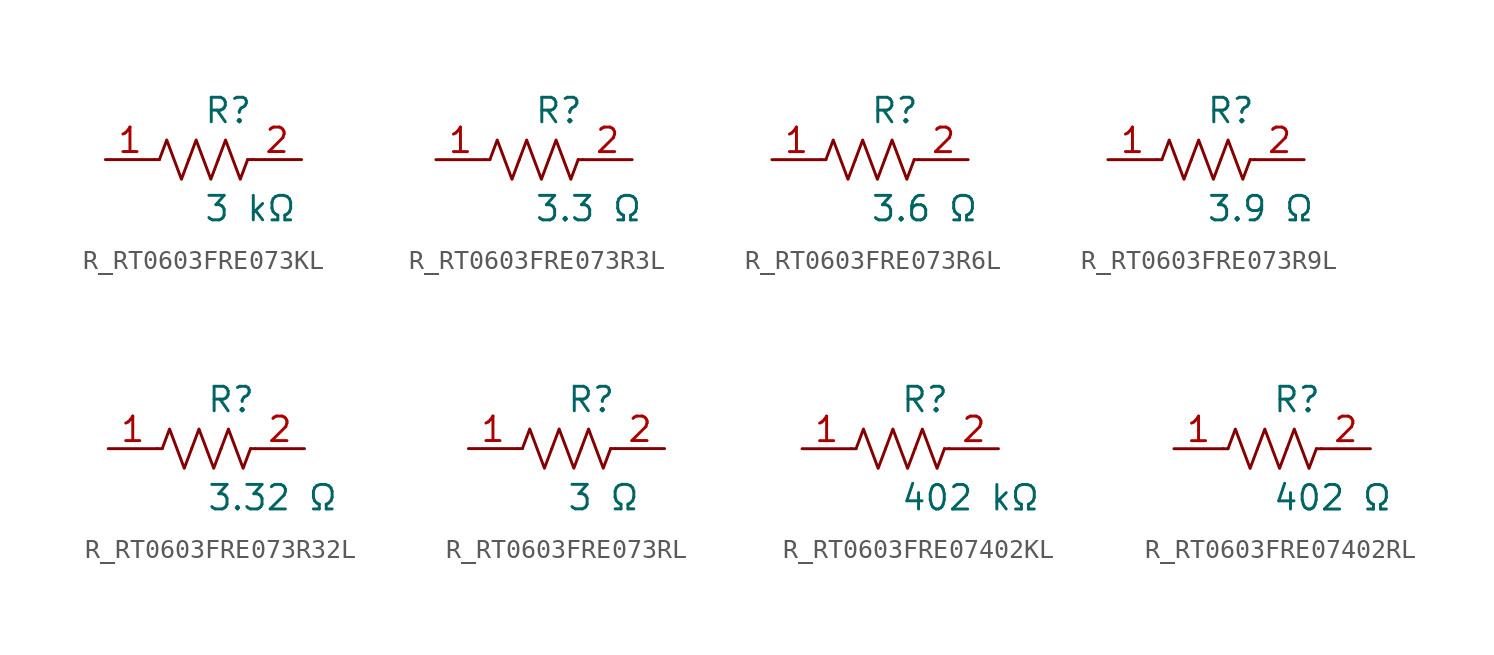
<source format=kicad_sym>
(kicad_symbol_lib
  (version 20231120)
  (generator kicad_symbol_editor)
  (generator_version 8.0)
  (symbol "R_RT0603FRE073KL"
    (pin_names
      (offset 0.254))
    (property "Reference" "R"
      (at 0.0 2.54 0)
      (effects (font (size 1.27 1.27)) (justify left)))
    (property "Value" "3 kΩ"
      (at 0.0 -2.54 0)
      (effects (font (size 1.27 1.27)) (justify left)))
    (symbol "R_RT0603FRE073KL_0_1"
      (polyline (pts (xy 2.286 0) (xy 2.54 0)) (stroke (width 0) (type default)) (fill (type none)))
      (polyline (pts (xy -2.286 0) (xy -2.54 0)) (stroke (width 0) (type default)) (fill (type none)))
      (polyline (pts (xy 0.762 0) (xy 1.143 1.016) (xy 1.524 0) (xy 1.905 -1.016) (xy 2.286 0)) (stroke (width 0) (type default)) (fill (type none)))
      (polyline (pts (xy -0.762 0) (xy -0.381 1.016) (xy 0 0) (xy 0.381 -1.016) (xy 0.762 0)) (stroke (width 0) (type default)) (fill (type none)))
      (polyline (pts (xy -2.286 0) (xy -1.905 1.016) (xy -1.524 0) (xy -1.143 -1.016) (xy -0.762 0)) (stroke (width 0) (type default)) (fill (type none))))
    (pin unspecified line
      (at -5.08 0 0)
      (length 2.54)
      (name "" (effects (font (size 1.27 1.27))))
      (number "1" (effects (font (size 1.27 1.27)))))
    (pin unspecified line
      (at 5.08 0 180)
      (length 2.54)
      (name "" (effects (font (size 1.27 1.27))))
      (number "2" (effects (font (size 1.27 1.27))))))
  (symbol "R_RT0603FRE073R3L"
    (pin_names
      (offset 0.254))
    (property "Reference" "R"
      (at 0.0 2.54 0)
      (effects (font (size 1.27 1.27)) (justify left)))
    (property "Value" "3.3 Ω"
      (at 0.0 -2.54 0)
      (effects (font (size 1.27 1.27)) (justify left)))
    (symbol "R_RT0603FRE073R3L_0_1"
      (polyline (pts (xy 2.286 0) (xy 2.54 0)) (stroke (width 0) (type default)) (fill (type none)))
      (polyline (pts (xy -2.286 0) (xy -2.54 0)) (stroke (width 0) (type default)) (fill (type none)))
      (polyline (pts (xy 0.762 0) (xy 1.143 1.016) (xy 1.524 0) (xy 1.905 -1.016) (xy 2.286 0)) (stroke (width 0) (type default)) (fill (type none)))
      (polyline (pts (xy -0.762 0) (xy -0.381 1.016) (xy 0 0) (xy 0.381 -1.016) (xy 0.762 0)) (stroke (width 0) (type default)) (fill (type none)))
      (polyline (pts (xy -2.286 0) (xy -1.905 1.016) (xy -1.524 0) (xy -1.143 -1.016) (xy -0.762 0)) (stroke (width 0) (type default)) (fill (type none))))
    (pin unspecified line
      (at -5.08 0 0)
      (length 2.54)
      (name "" (effects (font (size 1.27 1.27))))
      (number "1" (effects (font (size 1.27 1.27)))))
    (pin unspecified line
      (at 5.08 0 180)
      (length 2.54)
      (name "" (effects (font (size 1.27 1.27))))
      (number "2" (effects (font (size 1.27 1.27))))))
  (symbol "R_RT0603FRE073R6L"
    (pin_names
      (offset 0.254))
    (property "Reference" "R"
      (at 0.0 2.54 0)
      (effects (font (size 1.27 1.27)) (justify left)))
    (property "Value" "3.6 Ω"
      (at 0.0 -2.54 0)
      (effects (font (size 1.27 1.27)) (justify left)))
    (symbol "R_RT0603FRE073R6L_0_1"
      (polyline (pts (xy 2.286 0) (xy 2.54 0)) (stroke (width 0) (type default)) (fill (type none)))
      (polyline (pts (xy -2.286 0) (xy -2.54 0)) (stroke (width 0) (type default)) (fill (type none)))
      (polyline (pts (xy 0.762 0) (xy 1.143 1.016) (xy 1.524 0) (xy 1.905 -1.016) (xy 2.286 0)) (stroke (width 0) (type default)) (fill (type none)))
      (polyline (pts (xy -0.762 0) (xy -0.381 1.016) (xy 0 0) (xy 0.381 -1.016) (xy 0.762 0)) (stroke (width 0) (type default)) (fill (type none)))
      (polyline (pts (xy -2.286 0) (xy -1.905 1.016) (xy -1.524 0) (xy -1.143 -1.016) (xy -0.762 0)) (stroke (width 0) (type default)) (fill (type none))))
    (pin unspecified line
      (at -5.08 0 0)
      (length 2.54)
      (name "" (effects (font (size 1.27 1.27))))
      (number "1" (effects (font (size 1.27 1.27)))))
    (pin unspecified line
      (at 5.08 0 180)
      (length 2.54)
      (name "" (effects (font (size 1.27 1.27))))
      (number "2" (effects (font (size 1.27 1.27))))))
  (symbol "R_RT0603FRE073R9L"
    (pin_names
      (offset 0.254))
    (property "Reference" "R"
      (at 0.0 2.54 0)
      (effects (font (size 1.27 1.27)) (justify left)))
    (property "Value" "3.9 Ω"
      (at 0.0 -2.54 0)
      (effects (font (size 1.27 1.27)) (justify left)))
    (symbol "R_RT0603FRE073R9L_0_1"
      (polyline (pts (xy 2.286 0) (xy 2.54 0)) (stroke (width 0) (type default)) (fill (type none)))
      (polyline (pts (xy -2.286 0) (xy -2.54 0)) (stroke (width 0) (type default)) (fill (type none)))
      (polyline (pts (xy 0.762 0) (xy 1.143 1.016) (xy 1.524 0) (xy 1.905 -1.016) (xy 2.286 0)) (stroke (width 0) (type default)) (fill (type none)))
      (polyline (pts (xy -0.762 0) (xy -0.381 1.016) (xy 0 0) (xy 0.381 -1.016) (xy 0.762 0)) (stroke (width 0) (type default)) (fill (type none)))
      (polyline (pts (xy -2.286 0) (xy -1.905 1.016) (xy -1.524 0) (xy -1.143 -1.016) (xy -0.762 0)) (stroke (width 0) (type default)) (fill (type none))))
    (pin unspecified line
      (at -5.08 0 0)
      (length 2.54)
      (name "" (effects (font (size 1.27 1.27))))
      (number "1" (effects (font (size 1.27 1.27)))))
    (pin unspecified line
      (at 5.08 0 180)
      (length 2.54)
      (name "" (effects (font (size 1.27 1.27))))
      (number "2" (effects (font (size 1.27 1.27))))))
  (symbol "R_RT0603FRE073R32L"
    (pin_names
      (offset 0.254))
    (property "Reference" "R"
      (at 0.0 2.54 0)
      (effects (font (size 1.27 1.27)) (justify left)))
    (property "Value" "3.32 Ω"
      (at 0.0 -2.54 0)
      (effects (font (size 1.27 1.27)) (justify left)))
    (symbol "R_RT0603FRE073R32L_0_1"
      (polyline (pts (xy 2.286 0) (xy 2.54 0)) (stroke (width 0) (type default)) (fill (type none)))
      (polyline (pts (xy -2.286 0) (xy -2.54 0)) (stroke (width 0) (type default)) (fill (type none)))
      (polyline (pts (xy 0.762 0) (xy 1.143 1.016) (xy 1.524 0) (xy 1.905 -1.016) (xy 2.286 0)) (stroke (width 0) (type default)) (fill (type none)))
      (polyline (pts (xy -0.762 0) (xy -0.381 1.016) (xy 0 0) (xy 0.381 -1.016) (xy 0.762 0)) (stroke (width 0) (type default)) (fill (type none)))
      (polyline (pts (xy -2.286 0) (xy -1.905 1.016) (xy -1.524 0) (xy -1.143 -1.016) (xy -0.762 0)) (stroke (width 0) (type default)) (fill (type none))))
    (pin unspecified line
      (at -5.08 0 0)
      (length 2.54)
      (name "" (effects (font (size 1.27 1.27))))
      (number "1" (effects (font (size 1.27 1.27)))))
    (pin unspecified line
      (at 5.08 0 180)
      (length 2.54)
      (name "" (effects (font (size 1.27 1.27))))
      (number "2" (effects (font (size 1.27 1.27))))))
  (symbol "R_RT0603FRE073RL"
    (pin_names
      (offset 0.254))
    (property "Reference" "R"
      (at 0.0 2.54 0)
      (effects (font (size 1.27 1.27)) (justify left)))
    (property "Value" "3 Ω"
      (at 0.0 -2.54 0)
      (effects (font (size 1.27 1.27)) (justify left)))
    (symbol "R_RT0603FRE073RL_0_1"
      (polyline (pts (xy 2.286 0) (xy 2.54 0)) (stroke (width 0) (type default)) (fill (type none)))
      (polyline (pts (xy -2.286 0) (xy -2.54 0)) (stroke (width 0) (type default)) (fill (type none)))
      (polyline (pts (xy 0.762 0) (xy 1.143 1.016) (xy 1.524 0) (xy 1.905 -1.016) (xy 2.286 0)) (stroke (width 0) (type default)) (fill (type none)))
      (polyline (pts (xy -0.762 0) (xy -0.381 1.016) (xy 0 0) (xy 0.381 -1.016) (xy 0.762 0)) (stroke (width 0) (type default)) (fill (type none)))
      (polyline (pts (xy -2.286 0) (xy -1.905 1.016) (xy -1.524 0) (xy -1.143 -1.016) (xy -0.762 0)) (stroke (width 0) (type default)) (fill (type none))))
    (pin unspecified line
      (at -5.08 0 0)
      (length 2.54)
      (name "" (effects (font (size 1.27 1.27))))
      (number "1" (effects (font (size 1.27 1.27)))))
    (pin unspecified line
      (at 5.08 0 180)
      (length 2.54)
      (name "" (effects (font (size 1.27 1.27))))
      (number "2" (effects (font (size 1.27 1.27))))))
  (symbol "R_RT0603FRE07402KL"
    (pin_names
      (offset 0.254))
    (property "Reference" "R"
      (at 0.0 2.54 0)
      (effects (font (size 1.27 1.27)) (justify left)))
    (property "Value" "402 kΩ"
      (at 0.0 -2.54 0)
      (effects (font (size 1.27 1.27)) (justify left)))
    (symbol "R_RT0603FRE07402KL_0_1"
      (polyline (pts (xy 2.286 0) (xy 2.54 0)) (stroke (width 0) (type default)) (fill (type none)))
      (polyline (pts (xy -2.286 0) (xy -2.54 0)) (stroke (width 0) (type default)) (fill (type none)))
      (polyline (pts (xy 0.762 0) (xy 1.143 1.016) (xy 1.524 0) (xy 1.905 -1.016) (xy 2.286 0)) (stroke (width 0) (type default)) (fill (type none)))
      (polyline (pts (xy -0.762 0) (xy -0.381 1.016) (xy 0 0) (xy 0.381 -1.016) (xy 0.762 0)) (stroke (width 0) (type default)) (fill (type none)))
      (polyline (pts (xy -2.286 0) (xy -1.905 1.016) (xy -1.524 0) (xy -1.143 -1.016) (xy -0.762 0)) (stroke (width 0) (type default)) (fill (type none))))
    (pin unspecified line
      (at -5.08 0 0)
      (length 2.54)
      (name "" (effects (font (size 1.27 1.27))))
      (number "1" (effects (font (size 1.27 1.27)))))
    (pin unspecified line
      (at 5.08 0 180)
      (length 2.54)
      (name "" (effects (font (size 1.27 1.27))))
      (number "2" (effects (font (size 1.27 1.27))))))
  (symbol "R_RT0603FRE07402RL"
    (pin_names
      (offset 0.254))
    (property "Reference" "R"
      (at 0.0 2.54 0)
      (effects (font (size 1.27 1.27)) (justify left)))
    (property "Value" "402 Ω"
      (at 0.0 -2.54 0)
      (effects (font (size 1.27 1.27)) (justify left)))
    (symbol "R_RT0603FRE07402RL_0_1"
      (polyline (pts (xy 2.286 0) (xy 2.54 0)) (stroke (width 0) (type default)) (fill (type none)))
      (polyline (pts (xy -2.286 0) (xy -2.54 0)) (stroke (width 0) (type default)) (fill (type none)))
      (polyline (pts (xy 0.762 0) (xy 1.143 1.016) (xy 1.524 0) (xy 1.905 -1.016) (xy 2.286 0)) (stroke (width 0) (type default)) (fill (type none)))
      (polyline (pts (xy -0.762 0) (xy -0.381 1.016) (xy 0 0) (xy 0.381 -1.016) (xy 0.762 0)) (stroke (width 0) (type default)) (fill (type none)))
      (polyline (pts (xy -2.286 0) (xy -1.905 1.016) (xy -1.524 0) (xy -1.143 -1.016) (xy -0.762 0)) (stroke (width 0) (type default)) (fill (type none))))
    (pin unspecified line
      (at -5.08 0 0)
      (length 2.54)
      (name "" (effects (font (size 1.27 1.27))))
      (number "1" (effects (font (size 1.27 1.27)))))
    (pin unspecified line
      (at 5.08 0 180)
      (length 2.54)
      (name "" (effects (font (size 1.27 1.27))))
      (number "2" (effects (font (size 1.27 1.27)))))))
</source>
